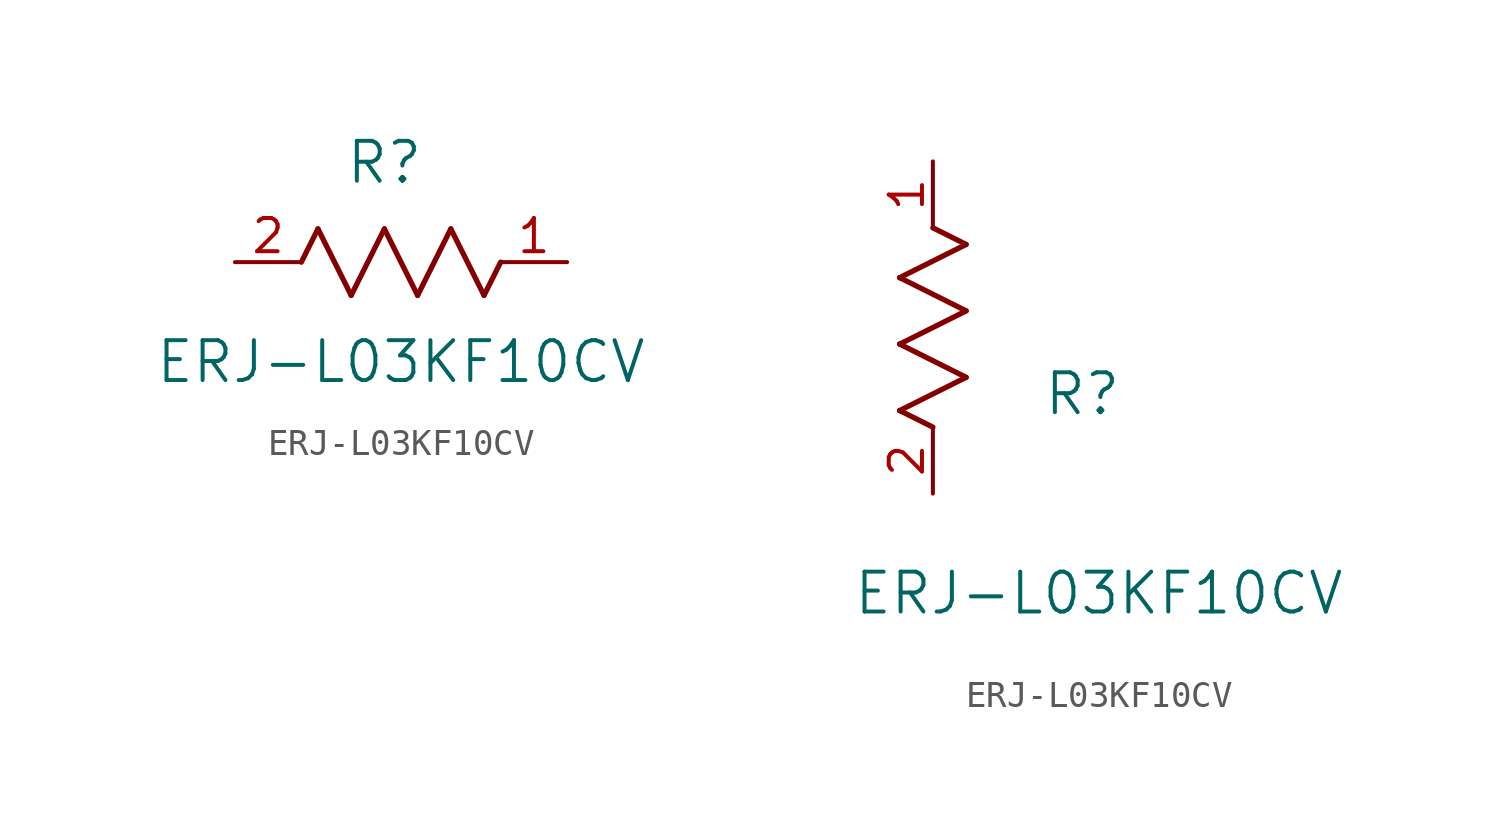
<source format=kicad_sym>
(kicad_symbol_lib
  (version 20211014)
  (generator kicad_symbol_editor)
  (symbol "ERJ-L03KF10CV"
    (pin_names
      (offset 0.254))
    (property "Reference" "R"
      (at 5.715 3.81 0)
      (effects (font (size 1.524 1.524))))
    (property "Value" "ERJ-L03KF10CV"
      (at 6.35 -3.81 0)
      (effects (font (size 1.524 1.524))))
    (symbol "ERJ-L03KF10CV_1_1"
      (polyline (pts (xy 3.175 1.27) (xy 4.445 -1.27)) (stroke (width 0.203) (type default) (color 0 0 0 0)) (fill (type none)))
      (polyline (pts (xy 4.445 -1.27) (xy 5.715 1.27)) (stroke (width 0.203) (type default) (color 0 0 0 0)) (fill (type none)))
      (polyline (pts (xy 5.715 1.27) (xy 6.985 -1.27)) (stroke (width 0.203) (type default) (color 0 0 0 0)) (fill (type none)))
      (polyline (pts (xy 6.985 -1.27) (xy 8.255 1.27)) (stroke (width 0.203) (type default) (color 0 0 0 0)) (fill (type none)))
      (polyline (pts (xy 8.255 1.27) (xy 9.525 -1.27)) (stroke (width 0.203) (type default) (color 0 0 0 0)) (fill (type none)))
      (polyline (pts (xy 2.54 0) (xy 3.175 1.27)) (stroke (width 0.203) (type default) (color 0 0 0 0)) (fill (type none)))
      (polyline (pts (xy 9.525 -1.27) (xy 10.16 0)) (stroke (width 0.203) (type default) (color 0 0 0 0)) (fill (type none)))
      (pin unspecified line (at 12.7 0 180) (length 2.54) (name "" (effects (font (size 1.27 1.27)))) (number "1" (effects (font (size 1.27 1.27)))))
      (pin unspecified line (at 0 0 0) (length 2.54) (name "" (effects (font (size 1.27 1.27)))) (number "2" (effects (font (size 1.27 1.27))))))
    (symbol "ERJ-L03KF10CV_1_2"
      (polyline (pts (xy 0 2.54) (xy -1.27 3.175)) (stroke (width 0.203) (type default) (color 0 0 0 0)) (fill (type none)))
      (polyline (pts (xy -1.27 3.175) (xy 1.27 4.445)) (stroke (width 0.203) (type default) (color 0 0 0 0)) (fill (type none)))
      (polyline (pts (xy 1.27 4.445) (xy -1.27 5.715)) (stroke (width 0.203) (type default) (color 0 0 0 0)) (fill (type none)))
      (polyline (pts (xy -1.27 5.715) (xy 1.27 6.985)) (stroke (width 0.203) (type default) (color 0 0 0 0)) (fill (type none)))
      (polyline (pts (xy -1.27 8.255) (xy 1.27 9.525)) (stroke (width 0.203) (type default) (color 0 0 0 0)) (fill (type none)))
      (polyline (pts (xy 1.27 9.525) (xy 0 10.16)) (stroke (width 0.203) (type default) (color 0 0 0 0)) (fill (type none)))
      (polyline (pts (xy 1.27 6.985) (xy -1.27 8.255)) (stroke (width 0.203) (type default) (color 0 0 0 0)) (fill (type none)))
      (pin unspecified line (at 0 12.7 270) (length 2.54) (name "" (effects (font (size 1.27 1.27)))) (number "1" (effects (font (size 1.27 1.27)))))
      (pin unspecified line (at 0 0 90) (length 2.54) (name "" (effects (font (size 1.27 1.27)))) (number "2" (effects (font (size 1.27 1.27))))))))
</source>
